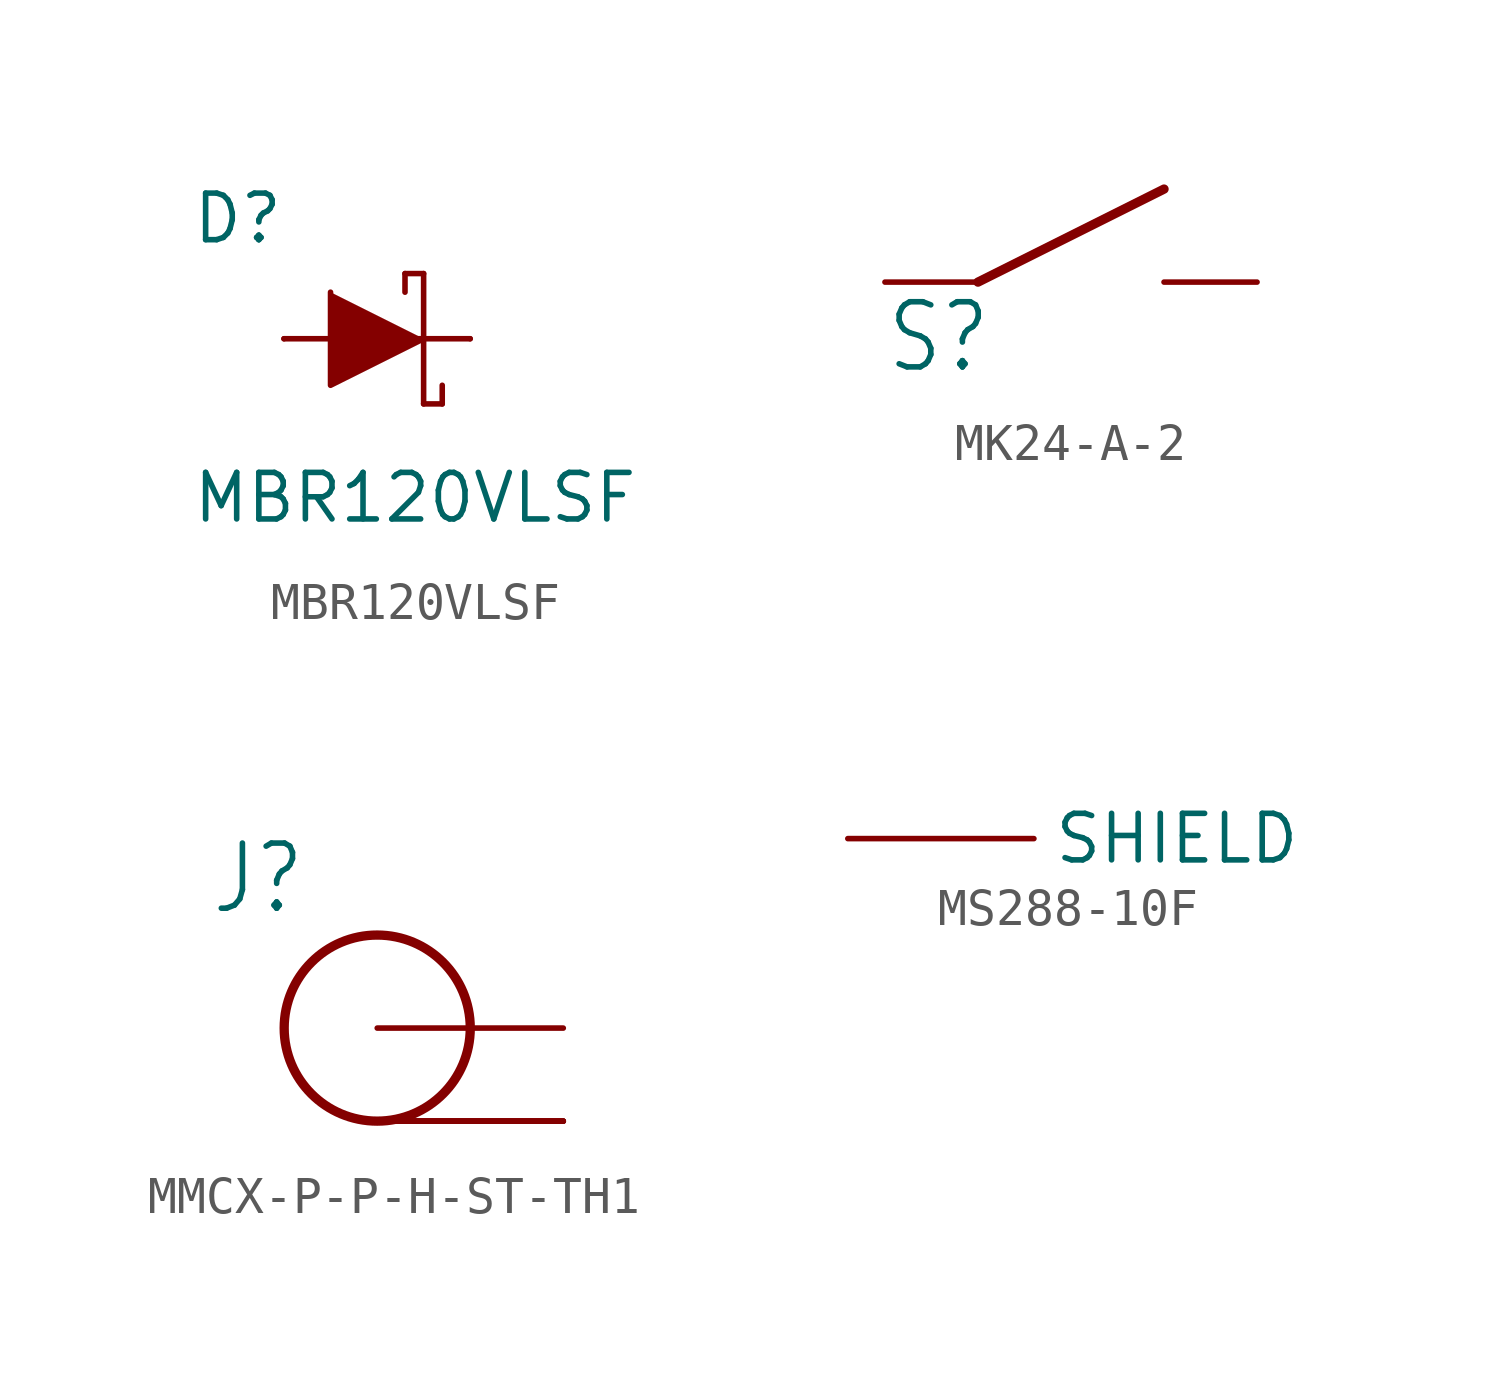
<source format=kicad_sym>
(kicad_symbol_lib
  (version 20241209)
  (generator "kicad_symbol_editor")
  (generator_version "9.0")
  (symbol "MBR120VLSF"
    (property "Reference" "D"
      (at -5.08 2.54 0)
      (effects (font (size 1.27 1.27)) (justify left bottom)))
    (property "Value" "MBR120VLSF"
      (at -5.08 -5.08 0)
      (effects (font (size 1.27 1.27)) (justify left bottom)))
    (symbol "MBR120VLSF_1_0"
      (polyline (pts (xy -2.54 0) (xy 1.27 0)) (stroke (width 0.152) (type solid)) (fill (type none)))
      (polyline (pts (xy -1.27 1.27) (xy -1.27 -1.27) (xy 1.27 0)) (stroke (width 0.152) (type solid)) (fill (type outline)))
      (polyline (pts (xy 0.762 1.778) (xy 0.762 1.27)) (stroke (width 0.152) (type solid)) (fill (type none)))
      (polyline (pts (xy 1.27 1.778) (xy 0.762 1.778)) (stroke (width 0.152) (type solid)) (fill (type none)))
      (polyline (pts (xy 1.27 0) (xy 1.27 1.778)) (stroke (width 0.152) (type solid)) (fill (type none)))
      (polyline (pts (xy 1.27 0) (xy 1.27 -1.778)) (stroke (width 0.152) (type solid)) (fill (type none)))
      (polyline (pts (xy 1.27 0) (xy 2.54 0)) (stroke (width 0.152) (type solid)) (fill (type none)))
      (polyline (pts (xy 1.27 -1.778) (xy 1.778 -1.778)) (stroke (width 0.152) (type solid)) (fill (type none)))
      (polyline (pts (xy 1.778 -1.778) (xy 1.778 -1.27)) (stroke (width 0.152) (type solid)) (fill (type none)))
      (pin bidirectional line (at -2.54 0 0) (length 0) (name "A" (effects (font (size 0 0)))) (number "A" (effects (font (size 0 0)))))
      (pin bidirectional line (at 2.54 0 180) (length 0) (name "K" (effects (font (size 0 0)))) (number "K" (effects (font (size 0 0)))))))
  (symbol "MK24-A-2"
    (property "Reference" "S"
      (at -5.08 -2.54 0)
      (effects (font (size 1.778 1.511)) (justify left bottom)))
    (property "Value" ""
      (at -5.08 2.54 0)
      (effects (font (size 1.778 1.511)) (justify left bottom)))
    (property "ki_locked" ""
      (at 0 0 0)
      (effects (font (size 1.27 1.27))))
    (symbol "MK24-A-2_1_0"
      (polyline (pts (xy -2.54 0) (xy 2.54 2.54)) (stroke (width 0.254) (type solid)) (fill (type none)))
      (pin bidirectional line (at -5.08 0 0) (length 2.54) (name "P$1" (effects (font (size 0 0)))) (number "1" (effects (font (size 0 0)))))
      (pin bidirectional line (at 5.08 0 180) (length 2.54) (name "P$2" (effects (font (size 0 0)))) (number "2" (effects (font (size 0 0)))))))
  (symbol "MMCX-P-P-H-ST-TH1"
    (property "Reference" "J"
      (at -4.572 3.048 0)
      (effects (font (size 1.778 1.511)) (justify left bottom)))
    (property "ki_locked" ""
      (at 0 0 0)
      (effects (font (size 1.27 1.27))))
    (symbol "MMCX-P-P-H-ST-TH1_1_0"
      (circle (center 0 0) (radius 2.54) (stroke (width 0.254) (type solid)) (fill (type none)))
      (pin bidirectional line (at 5.08 0 180) (length 5.08) (name "PIN" (effects (font (size 0 0)))) (number "PIN" (effects (font (size 0 0)))))
      (pin bidirectional line (at 5.08 -2.54 180) (length 5.08) (name "SHIELD" (effects (font (size 0 0)))) (number "P$1" (effects (font (size 0 0)))))
      (pin bidirectional line (at 5.08 -2.54 180) (length 5.08) (name "SHIELD" (effects (font (size 0 0)))) (number "P$2" (effects (font (size 0 0)))))
      (pin bidirectional line (at 5.08 -2.54 180) (length 5.08) (name "SHIELD" (effects (font (size 0 0)))) (number "P$3" (effects (font (size 0 0)))))
      (pin bidirectional line (at 5.08 -2.54 180) (length 5.08) (name "SHIELD" (effects (font (size 0 0)))) (number "P$4" (effects (font (size 0 0)))))))
  (symbol "MS288-10F"
    (property "Reference" "S"
      (at -0.762 -7.874 0)
      (effects (font (size 1.27 1.27)) (hide yes)))
    (property "ki_locked" ""
      (at 0 0 0)
      (effects (font (size 1.27 1.27))))
    (symbol "MS288-10F_1_0"
      (pin bidirectional line (at -5.08 0 0) (length 5.08) (name "SHIELD" (effects (font (size 1.27 1.27)))) (number "1" (effects (font (size 0 0))))))))
</source>
